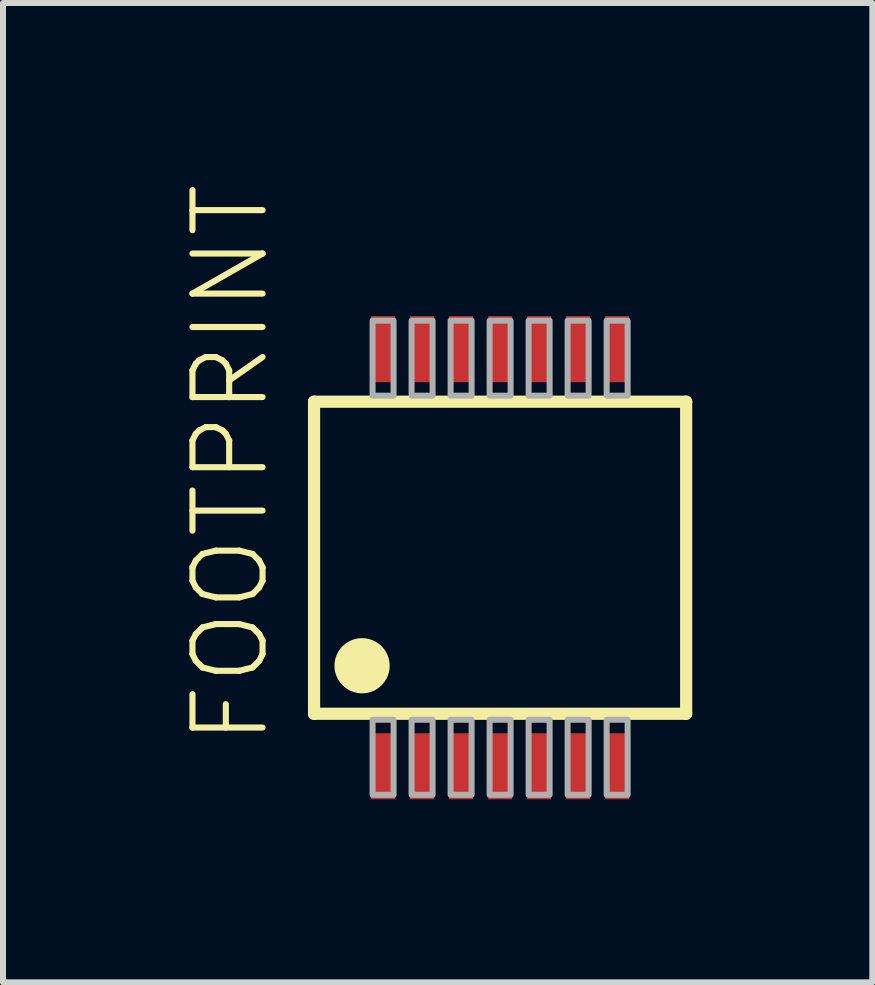
<source format=kicad_pcb>
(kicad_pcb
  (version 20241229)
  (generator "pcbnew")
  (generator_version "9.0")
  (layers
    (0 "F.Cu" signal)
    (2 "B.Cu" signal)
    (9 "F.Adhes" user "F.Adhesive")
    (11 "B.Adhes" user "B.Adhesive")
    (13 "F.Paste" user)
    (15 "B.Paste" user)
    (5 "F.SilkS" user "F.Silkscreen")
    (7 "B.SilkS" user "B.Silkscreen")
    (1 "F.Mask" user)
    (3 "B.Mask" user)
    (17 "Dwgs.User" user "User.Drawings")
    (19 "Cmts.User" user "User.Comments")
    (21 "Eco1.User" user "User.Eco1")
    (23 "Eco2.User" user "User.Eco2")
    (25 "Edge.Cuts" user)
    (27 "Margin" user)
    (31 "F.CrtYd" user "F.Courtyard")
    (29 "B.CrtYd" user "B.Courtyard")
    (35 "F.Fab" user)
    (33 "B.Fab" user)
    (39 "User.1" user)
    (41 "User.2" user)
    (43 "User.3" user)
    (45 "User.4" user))
  (footprint "FOOTPRINT"
    (layer "F.Cu")
    (at 5.283 6.243)
    (property "Reference" "FOOTPRINT" (at -3.81 3.175 90) (layer "F.SilkS") (effects (font (size 1.168 1.168) (thickness 0.102)) (justify left bottom)))
    (fp_poly (pts (xy -2.2 4.075) (xy -1.7 4.075) (xy -1.7 2.875) (xy -2.2 2.875)) (stroke (width 0) (type solid)) (fill yes) (layer "F.Mask"))
    (fp_poly (pts (xy -1.7 -4.075) (xy -2.2 -4.075) (xy -2.2 -2.875) (xy -1.7 -2.875)) (stroke (width 0) (type solid)) (fill yes) (layer "F.Mask"))
    (fp_poly (pts (xy -1.55 4.075) (xy -1.05 4.075) (xy -1.05 2.875) (xy -1.55 2.875)) (stroke (width 0) (type solid)) (fill yes) (layer "F.Mask"))
    (fp_poly (pts (xy -1.05 -4.075) (xy -1.55 -4.075) (xy -1.55 -2.875) (xy -1.05 -2.875)) (stroke (width 0) (type solid)) (fill yes) (layer "F.Mask"))
    (fp_poly (pts (xy -0.9 4.075) (xy -0.4 4.075) (xy -0.4 2.875) (xy -0.9 2.875)) (stroke (width 0) (type solid)) (fill yes) (layer "F.Mask"))
    (fp_poly (pts (xy -0.4 -4.075) (xy -0.9 -4.075) (xy -0.9 -2.875) (xy -0.4 -2.875)) (stroke (width 0) (type solid)) (fill yes) (layer "F.Mask"))
    (fp_poly (pts (xy -0.25 4.075) (xy 0.25 4.075) (xy 0.25 2.875) (xy -0.25 2.875)) (stroke (width 0) (type solid)) (fill yes) (layer "F.Mask"))
    (fp_poly (pts (xy 0.25 -4.075) (xy -0.25 -4.075) (xy -0.25 -2.875) (xy 0.25 -2.875)) (stroke (width 0) (type solid)) (fill yes) (layer "F.Mask"))
    (fp_poly (pts (xy 0.4 4.075) (xy 0.9 4.075) (xy 0.9 2.875) (xy 0.4 2.875)) (stroke (width 0) (type solid)) (fill yes) (layer "F.Mask"))
    (fp_poly (pts (xy 0.9 -4.075) (xy 0.4 -4.075) (xy 0.4 -2.875) (xy 0.9 -2.875)) (stroke (width 0) (type solid)) (fill yes) (layer "F.Mask"))
    (fp_poly (pts (xy 1.05 4.075) (xy 1.55 4.075) (xy 1.55 2.875) (xy 1.05 2.875)) (stroke (width 0) (type solid)) (fill yes) (layer "F.Mask"))
    (fp_poly (pts (xy 1.55 -4.075) (xy 1.05 -4.075) (xy 1.05 -2.875) (xy 1.55 -2.875)) (stroke (width 0) (type solid)) (fill yes) (layer "F.Mask"))
    (fp_poly (pts (xy 1.7 4.075) (xy 2.2 4.075) (xy 2.2 2.875) (xy 1.7 2.875)) (stroke (width 0) (type solid)) (fill yes) (layer "F.Mask"))
    (fp_poly (pts (xy 2.2 -4.075) (xy 1.7 -4.075) (xy 1.7 -2.875) (xy 2.2 -2.875)) (stroke (width 0) (type solid)) (fill yes) (layer "F.Mask"))
    (fp_line (start -3.1 -2.6) (end 3.1 -2.6) (stroke (width 0.203) (type solid)) (layer "F.SilkS"))
    (fp_line (start -3.1 2.6) (end -3.1 -2.6) (stroke (width 0.203) (type solid)) (layer "F.SilkS"))
    (fp_line (start 3.1 -2.6) (end 3.1 2.6) (stroke (width 0.203) (type solid)) (layer "F.SilkS"))
    (fp_line (start 3.1 2.6) (end -3.1 2.6) (stroke (width 0.203) (type solid)) (layer "F.SilkS"))
    (fp_circle (center -2.3 1.8) (end -2.07 1.8) (stroke (width 0.46) (type solid)) (fill yes) (layer "F.SilkS"))
    (fp_poly (pts (xy -2.125 3.95) (xy -1.775 3.95) (xy -1.775 2.7) (xy -2.125 2.7)) (stroke (width 0.1) (type solid)) (fill no) (layer "F.Fab"))
    (fp_poly (pts (xy -1.775 -3.95) (xy -2.125 -3.95) (xy -2.125 -2.7) (xy -1.775 -2.7)) (stroke (width 0.1) (type solid)) (fill no) (layer "F.Fab"))
    (fp_poly (pts (xy -1.475 3.95) (xy -1.125 3.95) (xy -1.125 2.7) (xy -1.475 2.7)) (stroke (width 0.1) (type solid)) (fill no) (layer "F.Fab"))
    (fp_poly (pts (xy -1.125 -3.95) (xy -1.475 -3.95) (xy -1.475 -2.7) (xy -1.125 -2.7)) (stroke (width 0.1) (type solid)) (fill no) (layer "F.Fab"))
    (fp_poly (pts (xy -0.825 3.95) (xy -0.475 3.95) (xy -0.475 2.7) (xy -0.825 2.7)) (stroke (width 0.1) (type solid)) (fill no) (layer "F.Fab"))
    (fp_poly (pts (xy -0.475 -3.95) (xy -0.825 -3.95) (xy -0.825 -2.7) (xy -0.475 -2.7)) (stroke (width 0.1) (type solid)) (fill no) (layer "F.Fab"))
    (fp_poly (pts (xy -0.175 3.95) (xy 0.175 3.95) (xy 0.175 2.7) (xy -0.175 2.7)) (stroke (width 0.1) (type solid)) (fill no) (layer "F.Fab"))
    (fp_poly (pts (xy 0.175 -3.95) (xy -0.175 -3.95) (xy -0.175 -2.7) (xy 0.175 -2.7)) (stroke (width 0.1) (type solid)) (fill no) (layer "F.Fab"))
    (fp_poly (pts (xy 0.475 3.95) (xy 0.825 3.95) (xy 0.825 2.7) (xy 0.475 2.7)) (stroke (width 0.1) (type solid)) (fill no) (layer "F.Fab"))
    (fp_poly (pts (xy 0.825 -3.95) (xy 0.475 -3.95) (xy 0.475 -2.7) (xy 0.825 -2.7)) (stroke (width 0.1) (type solid)) (fill no) (layer "F.Fab"))
    (fp_poly (pts (xy 1.125 3.95) (xy 1.475 3.95) (xy 1.475 2.7) (xy 1.125 2.7)) (stroke (width 0.1) (type solid)) (fill no) (layer "F.Fab"))
    (fp_poly (pts (xy 1.475 -3.95) (xy 1.125 -3.95) (xy 1.125 -2.7) (xy 1.475 -2.7)) (stroke (width 0.1) (type solid)) (fill no) (layer "F.Fab"))
    (fp_poly (pts (xy 1.775 3.95) (xy 2.125 3.95) (xy 2.125 2.7) (xy 1.775 2.7)) (stroke (width 0.1) (type solid)) (fill no) (layer "F.Fab"))
    (fp_poly (pts (xy 2.125 -3.95) (xy 1.775 -3.95) (xy 1.775 -2.7) (xy 2.125 -2.7)) (stroke (width 0.1) (type solid)) (fill no) (layer "F.Fab"))
    (pad "1" smd rect (at -1.95 3.475) (size 0.4 1.1) (layers "F.Cu" "F.Paste"))
    (pad "2" smd rect (at -1.3 3.475) (size 0.4 1.1) (layers "F.Cu" "F.Paste"))
    (pad "3" smd rect (at -0.65 3.475) (size 0.4 1.1) (layers "F.Cu" "F.Paste"))
    (pad "4" smd rect (at 0 3.475) (size 0.4 1.1) (layers "F.Cu" "F.Paste"))
    (pad "5" smd rect (at 0.65 3.475) (size 0.4 1.1) (layers "F.Cu" "F.Paste"))
    (pad "6" smd rect (at 1.3 3.475) (size 0.4 1.1) (layers "F.Cu" "F.Paste"))
    (pad "7" smd rect (at 1.95 3.475) (size 0.4 1.1) (layers "F.Cu" "F.Paste"))
    (pad "8" smd rect (at 1.95 -3.475 180) (size 0.4 1.1) (layers "F.Cu" "F.Paste"))
    (pad "9" smd rect (at 1.3 -3.475 180) (size 0.4 1.1) (layers "F.Cu" "F.Paste"))
    (pad "10" smd rect (at 0.65 -3.475 180) (size 0.4 1.1) (layers "F.Cu" "F.Paste"))
    (pad "11" smd rect (at 0 -3.475 180) (size 0.4 1.1) (layers "F.Cu" "F.Paste"))
    (pad "12" smd rect (at -0.65 -3.475 180) (size 0.4 1.1) (layers "F.Cu" "F.Paste"))
    (pad "13" smd rect (at -1.3 -3.475 180) (size 0.4 1.1) (layers "F.Cu" "F.Paste"))
    (pad "14" smd rect (at -1.95 -3.475 180) (size 0.4 1.1) (layers "F.Cu" "F.Paste")))
  (gr_rect
    (start -3 -3)
    (end 11.485 13.318)
    (stroke (width 0.1) (type default))
    (fill no)
    (layer "Edge.Cuts")))
</source>
